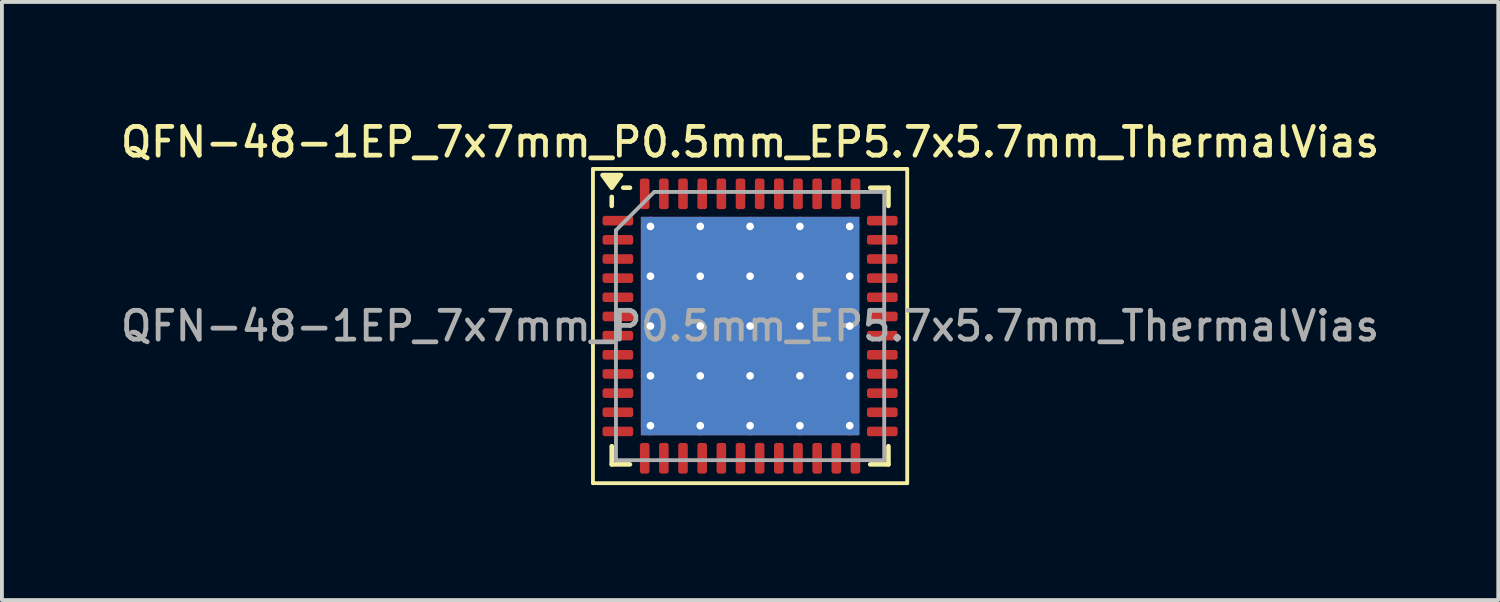
<source format=kicad_pcb>
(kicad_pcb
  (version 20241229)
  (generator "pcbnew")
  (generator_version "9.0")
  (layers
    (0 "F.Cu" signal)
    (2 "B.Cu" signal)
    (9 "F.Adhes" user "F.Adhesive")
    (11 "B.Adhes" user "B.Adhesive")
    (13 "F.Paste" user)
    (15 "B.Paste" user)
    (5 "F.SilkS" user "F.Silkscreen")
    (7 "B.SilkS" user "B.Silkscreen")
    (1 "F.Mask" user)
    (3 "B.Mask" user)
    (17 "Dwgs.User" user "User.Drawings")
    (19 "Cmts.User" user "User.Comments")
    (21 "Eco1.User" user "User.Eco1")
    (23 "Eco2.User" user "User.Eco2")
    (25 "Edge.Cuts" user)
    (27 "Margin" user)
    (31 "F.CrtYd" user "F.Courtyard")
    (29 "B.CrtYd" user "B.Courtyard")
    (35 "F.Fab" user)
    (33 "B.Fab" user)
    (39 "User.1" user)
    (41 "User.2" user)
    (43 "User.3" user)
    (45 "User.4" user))
  (footprint "QFN-48-1EP_7x7mm_P0.5mm_EP5.7x5.7mm_ThermalVias"
    (layer "F.Cu")
    (at 16.523 5.458)
    (property "Reference" "QFN-48-1EP_7x7mm_P0.5mm_EP5.7x5.7mm_ThermalVias" (at 0 -4.8 0) (layer "F.SilkS") (effects (font (size 0.75 0.75) (thickness 0.125))))
    (attr smd)
    (fp_line (start -4.1 -4.1) (end -4.1 4.1) (stroke (width 0.1) (type solid)) (layer "F.SilkS"))
    (fp_line (start -4.1 4.1) (end 4.1 4.1) (stroke (width 0.1) (type solid)) (layer "F.SilkS"))
    (fp_line (start -3.61 -3.135) (end -3.61 -3.37) (stroke (width 0.12) (type solid)) (layer "F.SilkS"))
    (fp_line (start -3.61 3.61) (end -3.61 3.135) (stroke (width 0.12) (type solid)) (layer "F.SilkS"))
    (fp_line (start -3.135 -3.61) (end -3.31 -3.61) (stroke (width 0.12) (type solid)) (layer "F.SilkS"))
    (fp_line (start -3.135 3.61) (end -3.61 3.61) (stroke (width 0.12) (type solid)) (layer "F.SilkS"))
    (fp_line (start 3.135 -3.61) (end 3.61 -3.61) (stroke (width 0.12) (type solid)) (layer "F.SilkS"))
    (fp_line (start 3.135 3.61) (end 3.61 3.61) (stroke (width 0.12) (type solid)) (layer "F.SilkS"))
    (fp_line (start 3.61 -3.61) (end 3.61 -3.135) (stroke (width 0.12) (type solid)) (layer "F.SilkS"))
    (fp_line (start 3.61 3.61) (end 3.61 3.135) (stroke (width 0.12) (type solid)) (layer "F.SilkS"))
    (fp_line (start 4.1 -4.1) (end -4.1 -4.1) (stroke (width 0.1) (type solid)) (layer "F.SilkS"))
    (fp_line (start 4.1 4.1) (end 4.1 -4.1) (stroke (width 0.1) (type solid)) (layer "F.SilkS"))
    (fp_poly (pts (xy -3.61 -3.61) (xy -3.85 -3.94) (xy -3.37 -3.94) (xy -3.61 -3.61)) (stroke (width 0.12) (type solid)) (fill yes) (layer "F.SilkS"))
    (fp_line (start -3.5 -2.5) (end -2.5 -3.5) (stroke (width 0.1) (type solid)) (layer "F.Fab"))
    (fp_line (start -3.5 3.5) (end -3.5 -2.5) (stroke (width 0.1) (type solid)) (layer "F.Fab"))
    (fp_line (start -2.5 -3.5) (end 3.5 -3.5) (stroke (width 0.1) (type solid)) (layer "F.Fab"))
    (fp_line (start 3.5 -3.5) (end 3.5 3.5) (stroke (width 0.1) (type solid)) (layer "F.Fab"))
    (fp_line (start 3.5 3.5) (end -3.5 3.5) (stroke (width 0.1) (type solid)) (layer "F.Fab"))
    (fp_text user "${REFERENCE}" (at 0 0 0) (layer "F.Fab") (effects (font (size 0.75 0.75) (thickness 0.125))))
    (pad "" smd roundrect (at -1.95 -1.95) (size 1.104 1.104) (layers "F.Paste") (roundrect_rratio 0.226))
    (pad "" smd roundrect (at -1.95 -0.65) (size 1.104 1.104) (layers "F.Paste") (roundrect_rratio 0.226))
    (pad "" smd roundrect (at -1.95 0.65) (size 1.104 1.104) (layers "F.Paste") (roundrect_rratio 0.226))
    (pad "" smd roundrect (at -1.95 1.95) (size 1.104 1.104) (layers "F.Paste") (roundrect_rratio 0.226))
    (pad "" smd roundrect (at -0.65 -1.95) (size 1.104 1.104) (layers "F.Paste") (roundrect_rratio 0.226))
    (pad "" smd roundrect (at -0.65 -0.65) (size 1.104 1.104) (layers "F.Paste") (roundrect_rratio 0.226))
    (pad "" smd roundrect (at -0.65 0.65) (size 1.104 1.104) (layers "F.Paste") (roundrect_rratio 0.226))
    (pad "" smd roundrect (at -0.65 1.95) (size 1.104 1.104) (layers "F.Paste") (roundrect_rratio 0.226))
    (pad "" smd roundrect (at 0.65 -1.95) (size 1.104 1.104) (layers "F.Paste") (roundrect_rratio 0.226))
    (pad "" smd roundrect (at 0.65 -0.65) (size 1.104 1.104) (layers "F.Paste") (roundrect_rratio 0.226))
    (pad "" smd roundrect (at 0.65 0.65) (size 1.104 1.104) (layers "F.Paste") (roundrect_rratio 0.226))
    (pad "" smd roundrect (at 0.65 1.95) (size 1.104 1.104) (layers "F.Paste") (roundrect_rratio 0.226))
    (pad "" smd roundrect (at 1.95 -1.95) (size 1.104 1.104) (layers "F.Paste") (roundrect_rratio 0.226))
    (pad "" smd roundrect (at 1.95 -0.65) (size 1.104 1.104) (layers "F.Paste") (roundrect_rratio 0.226))
    (pad "" smd roundrect (at 1.95 0.65) (size 1.104 1.104) (layers "F.Paste") (roundrect_rratio 0.226))
    (pad "" smd roundrect (at 1.95 1.95) (size 1.104 1.104) (layers "F.Paste") (roundrect_rratio 0.226))
    (pad "1" smd roundrect (at -3.45 -2.75) (size 0.8 0.25) (layers "F.Cu" "F.Mask" "F.Paste") (roundrect_rratio 0.25))
    (pad "2" smd roundrect (at -3.45 -2.25) (size 0.8 0.25) (layers "F.Cu" "F.Mask" "F.Paste") (roundrect_rratio 0.25))
    (pad "3" smd roundrect (at -3.45 -1.75) (size 0.8 0.25) (layers "F.Cu" "F.Mask" "F.Paste") (roundrect_rratio 0.25))
    (pad "4" smd roundrect (at -3.45 -1.25) (size 0.8 0.25) (layers "F.Cu" "F.Mask" "F.Paste") (roundrect_rratio 0.25))
    (pad "5" smd roundrect (at -3.45 -0.75) (size 0.8 0.25) (layers "F.Cu" "F.Mask" "F.Paste") (roundrect_rratio 0.25))
    (pad "6" smd roundrect (at -3.45 -0.25) (size 0.8 0.25) (layers "F.Cu" "F.Mask" "F.Paste") (roundrect_rratio 0.25))
    (pad "7" smd roundrect (at -3.45 0.25) (size 0.8 0.25) (layers "F.Cu" "F.Mask" "F.Paste") (roundrect_rratio 0.25))
    (pad "8" smd roundrect (at -3.45 0.75) (size 0.8 0.25) (layers "F.Cu" "F.Mask" "F.Paste") (roundrect_rratio 0.25))
    (pad "9" smd roundrect (at -3.45 1.25) (size 0.8 0.25) (layers "F.Cu" "F.Mask" "F.Paste") (roundrect_rratio 0.25))
    (pad "10" smd roundrect (at -3.45 1.75) (size 0.8 0.25) (layers "F.Cu" "F.Mask" "F.Paste") (roundrect_rratio 0.25))
    (pad "11" smd roundrect (at -3.45 2.25) (size 0.8 0.25) (layers "F.Cu" "F.Mask" "F.Paste") (roundrect_rratio 0.25))
    (pad "12" smd roundrect (at -3.45 2.75) (size 0.8 0.25) (layers "F.Cu" "F.Mask" "F.Paste") (roundrect_rratio 0.25))
    (pad "13" smd roundrect (at -2.75 3.45) (size 0.25 0.8) (layers "F.Cu" "F.Mask" "F.Paste") (roundrect_rratio 0.25))
    (pad "14" smd roundrect (at -2.25 3.45) (size 0.25 0.8) (layers "F.Cu" "F.Mask" "F.Paste") (roundrect_rratio 0.25))
    (pad "15" smd roundrect (at -1.75 3.45) (size 0.25 0.8) (layers "F.Cu" "F.Mask" "F.Paste") (roundrect_rratio 0.25))
    (pad "16" smd roundrect (at -1.25 3.45) (size 0.25 0.8) (layers "F.Cu" "F.Mask" "F.Paste") (roundrect_rratio 0.25))
    (pad "17" smd roundrect (at -0.75 3.45) (size 0.25 0.8) (layers "F.Cu" "F.Mask" "F.Paste") (roundrect_rratio 0.25))
    (pad "18" smd roundrect (at -0.25 3.45) (size 0.25 0.8) (layers "F.Cu" "F.Mask" "F.Paste") (roundrect_rratio 0.25))
    (pad "19" smd roundrect (at 0.25 3.45) (size 0.25 0.8) (layers "F.Cu" "F.Mask" "F.Paste") (roundrect_rratio 0.25))
    (pad "20" smd roundrect (at 0.75 3.45) (size 0.25 0.8) (layers "F.Cu" "F.Mask" "F.Paste") (roundrect_rratio 0.25))
    (pad "21" smd roundrect (at 1.25 3.45) (size 0.25 0.8) (layers "F.Cu" "F.Mask" "F.Paste") (roundrect_rratio 0.25))
    (pad "22" smd roundrect (at 1.75 3.45) (size 0.25 0.8) (layers "F.Cu" "F.Mask" "F.Paste") (roundrect_rratio 0.25))
    (pad "23" smd roundrect (at 2.25 3.45) (size 0.25 0.8) (layers "F.Cu" "F.Mask" "F.Paste") (roundrect_rratio 0.25))
    (pad "24" smd roundrect (at 2.75 3.45) (size 0.25 0.8) (layers "F.Cu" "F.Mask" "F.Paste") (roundrect_rratio 0.25))
    (pad "25" smd roundrect (at 3.45 2.75) (size 0.8 0.25) (layers "F.Cu" "F.Mask" "F.Paste") (roundrect_rratio 0.25))
    (pad "26" smd roundrect (at 3.45 2.25) (size 0.8 0.25) (layers "F.Cu" "F.Mask" "F.Paste") (roundrect_rratio 0.25))
    (pad "27" smd roundrect (at 3.45 1.75) (size 0.8 0.25) (layers "F.Cu" "F.Mask" "F.Paste") (roundrect_rratio 0.25))
    (pad "28" smd roundrect (at 3.45 1.25) (size 0.8 0.25) (layers "F.Cu" "F.Mask" "F.Paste") (roundrect_rratio 0.25))
    (pad "29" smd roundrect (at 3.45 0.75) (size 0.8 0.25) (layers "F.Cu" "F.Mask" "F.Paste") (roundrect_rratio 0.25))
    (pad "30" smd roundrect (at 3.45 0.25) (size 0.8 0.25) (layers "F.Cu" "F.Mask" "F.Paste") (roundrect_rratio 0.25))
    (pad "31" smd roundrect (at 3.45 -0.25) (size 0.8 0.25) (layers "F.Cu" "F.Mask" "F.Paste") (roundrect_rratio 0.25))
    (pad "32" smd roundrect (at 3.45 -0.75) (size 0.8 0.25) (layers "F.Cu" "F.Mask" "F.Paste") (roundrect_rratio 0.25))
    (pad "33" smd roundrect (at 3.45 -1.25) (size 0.8 0.25) (layers "F.Cu" "F.Mask" "F.Paste") (roundrect_rratio 0.25))
    (pad "34" smd roundrect (at 3.45 -1.75) (size 0.8 0.25) (layers "F.Cu" "F.Mask" "F.Paste") (roundrect_rratio 0.25))
    (pad "35" smd roundrect (at 3.45 -2.25) (size 0.8 0.25) (layers "F.Cu" "F.Mask" "F.Paste") (roundrect_rratio 0.25))
    (pad "36" smd roundrect (at 3.45 -2.75) (size 0.8 0.25) (layers "F.Cu" "F.Mask" "F.Paste") (roundrect_rratio 0.25))
    (pad "37" smd roundrect (at 2.75 -3.45) (size 0.25 0.8) (layers "F.Cu" "F.Mask" "F.Paste") (roundrect_rratio 0.25))
    (pad "38" smd roundrect (at 2.25 -3.45) (size 0.25 0.8) (layers "F.Cu" "F.Mask" "F.Paste") (roundrect_rratio 0.25))
    (pad "39" smd roundrect (at 1.75 -3.45) (size 0.25 0.8) (layers "F.Cu" "F.Mask" "F.Paste") (roundrect_rratio 0.25))
    (pad "40" smd roundrect (at 1.25 -3.45) (size 0.25 0.8) (layers "F.Cu" "F.Mask" "F.Paste") (roundrect_rratio 0.25))
    (pad "41" smd roundrect (at 0.75 -3.45) (size 0.25 0.8) (layers "F.Cu" "F.Mask" "F.Paste") (roundrect_rratio 0.25))
    (pad "42" smd roundrect (at 0.25 -3.45) (size 0.25 0.8) (layers "F.Cu" "F.Mask" "F.Paste") (roundrect_rratio 0.25))
    (pad "43" smd roundrect (at -0.25 -3.45) (size 0.25 0.8) (layers "F.Cu" "F.Mask" "F.Paste") (roundrect_rratio 0.25))
    (pad "44" smd roundrect (at -0.75 -3.45) (size 0.25 0.8) (layers "F.Cu" "F.Mask" "F.Paste") (roundrect_rratio 0.25))
    (pad "45" smd roundrect (at -1.25 -3.45) (size 0.25 0.8) (layers "F.Cu" "F.Mask" "F.Paste") (roundrect_rratio 0.25))
    (pad "46" smd roundrect (at -1.75 -3.45) (size 0.25 0.8) (layers "F.Cu" "F.Mask" "F.Paste") (roundrect_rratio 0.25))
    (pad "47" smd roundrect (at -2.25 -3.45) (size 0.25 0.8) (layers "F.Cu" "F.Mask" "F.Paste") (roundrect_rratio 0.25))
    (pad "48" smd roundrect (at -2.75 -3.45) (size 0.25 0.8) (layers "F.Cu" "F.Mask" "F.Paste") (roundrect_rratio 0.25))
    (pad "49" thru_hole circle (at -2.6 -2.6) (size 0.5 0.5) (drill 0.2) (property pad_prop_heatsink) (layers "*.Cu"))
    (pad "49" thru_hole circle (at -2.6 -1.3) (size 0.5 0.5) (drill 0.2) (property pad_prop_heatsink) (layers "*.Cu"))
    (pad "49" thru_hole circle (at -2.6 0) (size 0.5 0.5) (drill 0.2) (property pad_prop_heatsink) (layers "*.Cu"))
    (pad "49" thru_hole circle (at -2.6 1.3) (size 0.5 0.5) (drill 0.2) (property pad_prop_heatsink) (layers "*.Cu"))
    (pad "49" thru_hole circle (at -2.6 2.6) (size 0.5 0.5) (drill 0.2) (property pad_prop_heatsink) (layers "*.Cu"))
    (pad "49" thru_hole circle (at -1.3 -2.6) (size 0.5 0.5) (drill 0.2) (property pad_prop_heatsink) (layers "*.Cu"))
    (pad "49" thru_hole circle (at -1.3 -1.3) (size 0.5 0.5) (drill 0.2) (property pad_prop_heatsink) (layers "*.Cu"))
    (pad "49" thru_hole circle (at -1.3 0) (size 0.5 0.5) (drill 0.2) (property pad_prop_heatsink) (layers "*.Cu"))
    (pad "49" thru_hole circle (at -1.3 1.3) (size 0.5 0.5) (drill 0.2) (property pad_prop_heatsink) (layers "*.Cu"))
    (pad "49" thru_hole circle (at -1.3 2.6) (size 0.5 0.5) (drill 0.2) (property pad_prop_heatsink) (layers "*.Cu"))
    (pad "49" thru_hole circle (at 0 -2.6) (size 0.5 0.5) (drill 0.2) (property pad_prop_heatsink) (layers "*.Cu"))
    (pad "49" thru_hole circle (at 0 -1.3) (size 0.5 0.5) (drill 0.2) (property pad_prop_heatsink) (layers "*.Cu"))
    (pad "49" thru_hole circle (at 0 0) (size 0.5 0.5) (drill 0.2) (property pad_prop_heatsink) (layers "*.Cu"))
    (pad "49" smd rect (at 0 0) (size 5.7 5.7) (property pad_prop_heatsink) (layers "F.Cu" "F.Mask"))
    (pad "49" smd rect (at 0 0) (size 5.7 5.7) (property pad_prop_heatsink) (layers "B.Cu"))
    (pad "49" thru_hole circle (at 0 1.3) (size 0.5 0.5) (drill 0.2) (property pad_prop_heatsink) (layers "*.Cu"))
    (pad "49" thru_hole circle (at 0 2.6) (size 0.5 0.5) (drill 0.2) (property pad_prop_heatsink) (layers "*.Cu"))
    (pad "49" thru_hole circle (at 1.3 -2.6) (size 0.5 0.5) (drill 0.2) (property pad_prop_heatsink) (layers "*.Cu"))
    (pad "49" thru_hole circle (at 1.3 -1.3) (size 0.5 0.5) (drill 0.2) (property pad_prop_heatsink) (layers "*.Cu"))
    (pad "49" thru_hole circle (at 1.3 0) (size 0.5 0.5) (drill 0.2) (property pad_prop_heatsink) (layers "*.Cu"))
    (pad "49" thru_hole circle (at 1.3 1.3) (size 0.5 0.5) (drill 0.2) (property pad_prop_heatsink) (layers "*.Cu"))
    (pad "49" thru_hole circle (at 1.3 2.6) (size 0.5 0.5) (drill 0.2) (property pad_prop_heatsink) (layers "*.Cu"))
    (pad "49" thru_hole circle (at 2.6 -2.6) (size 0.5 0.5) (drill 0.2) (property pad_prop_heatsink) (layers "*.Cu"))
    (pad "49" thru_hole circle (at 2.6 -1.3) (size 0.5 0.5) (drill 0.2) (property pad_prop_heatsink) (layers "*.Cu"))
    (pad "49" thru_hole circle (at 2.6 0) (size 0.5 0.5) (drill 0.2) (property pad_prop_heatsink) (layers "*.Cu"))
    (pad "49" thru_hole circle (at 2.6 1.3) (size 0.5 0.5) (drill 0.2) (property pad_prop_heatsink) (layers "*.Cu"))
    (pad "49" thru_hole circle (at 2.6 2.6) (size 0.5 0.5) (drill 0.2) (property pad_prop_heatsink) (layers "*.Cu")))
  (gr_rect
    (start -3 -3)
    (end 36.046 12.608)
    (stroke (width 0.1) (type default))
    (fill no)
    (layer "Edge.Cuts")))
</source>
